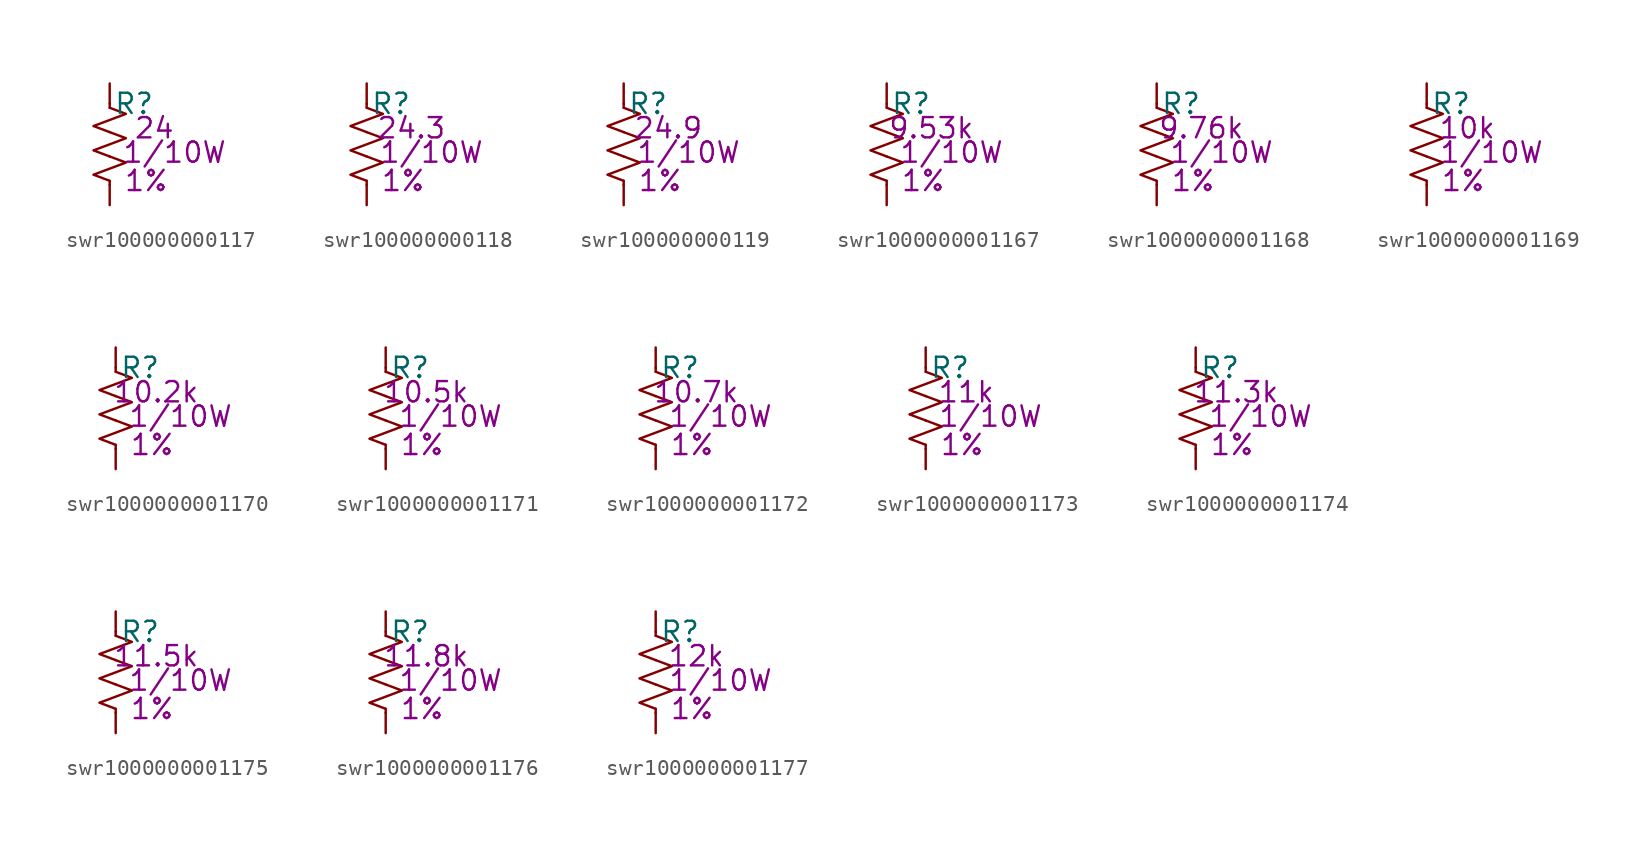
<source format=kicad_sym>
(kicad_symbol_lib
  (version 20211014)
  (generator kicad_symbol_editor)
  (symbol "swr100000000117"
    (pin_numbers hide)
    (pin_names
      (offset 1.016))
    (property "Reference" "R"
      (at 1.524 2.54 0)
      (effects (font (size 1.27 1.27))))
    (property "Tolerance" "1%"
      (at 2.286 -2.286 0)
      (effects (font (size 1.27 1.27))))
    (property "Wattage" "1/10W"
      (at 4.064 -0.508 0)
      (effects (font (size 1.27 1.27))))
    (property "PartValue" "24"
      (at 2.794 1.016 0)
      (effects (font (size 1.27 1.27))))
    (symbol "swr100000000117_1_1"
      (polyline (pts (xy 0 -2.286) (xy 0 -2.54)) (stroke (width 0) (type default) (color 0 0 0 0)) (fill (type none)))
      (polyline (pts (xy 0 2.286) (xy 0 2.54)) (stroke (width 0) (type default) (color 0 0 0 0)) (fill (type none)))
      (polyline (pts (xy 0 -0.762) (xy 1.016 -1.143) (xy 0 -1.524) (xy -1.016 -1.905) (xy 0 -2.286)) (stroke (width 0) (type default) (color 0 0 0 0)) (fill (type none)))
      (polyline (pts (xy 0 0.762) (xy 1.016 0.381) (xy 0 0) (xy -1.016 -0.381) (xy 0 -0.762)) (stroke (width 0) (type default) (color 0 0 0 0)) (fill (type none)))
      (polyline (pts (xy 0 2.286) (xy 1.016 1.905) (xy 0 1.524) (xy -1.016 1.143) (xy 0 0.762)) (stroke (width 0) (type default) (color 0 0 0 0)) (fill (type none)))
      (pin passive line (at 0 3.81 270) (length 1.27) (name "~" (effects (font (size 1.27 1.27)))) (number "1" (effects (font (size 1.27 1.27)))))
      (pin passive line (at 0 -3.81 90) (length 1.27) (name "~" (effects (font (size 1.27 1.27)))) (number "2" (effects (font (size 1.27 1.27)))))))
  (symbol "swr100000000118"
    (pin_numbers hide)
    (pin_names
      (offset 1.016))
    (property "Reference" "R"
      (at 1.524 2.54 0)
      (effects (font (size 1.27 1.27))))
    (property "Tolerance" "1%"
      (at 2.286 -2.286 0)
      (effects (font (size 1.27 1.27))))
    (property "Wattage" "1/10W"
      (at 4.064 -0.508 0)
      (effects (font (size 1.27 1.27))))
    (property "PartValue" "24.3"
      (at 2.794 1.016 0)
      (effects (font (size 1.27 1.27))))
    (symbol "swr100000000118_1_1"
      (polyline (pts (xy 0 -2.286) (xy 0 -2.54)) (stroke (width 0) (type default) (color 0 0 0 0)) (fill (type none)))
      (polyline (pts (xy 0 2.286) (xy 0 2.54)) (stroke (width 0) (type default) (color 0 0 0 0)) (fill (type none)))
      (polyline (pts (xy 0 -0.762) (xy 1.016 -1.143) (xy 0 -1.524) (xy -1.016 -1.905) (xy 0 -2.286)) (stroke (width 0) (type default) (color 0 0 0 0)) (fill (type none)))
      (polyline (pts (xy 0 0.762) (xy 1.016 0.381) (xy 0 0) (xy -1.016 -0.381) (xy 0 -0.762)) (stroke (width 0) (type default) (color 0 0 0 0)) (fill (type none)))
      (polyline (pts (xy 0 2.286) (xy 1.016 1.905) (xy 0 1.524) (xy -1.016 1.143) (xy 0 0.762)) (stroke (width 0) (type default) (color 0 0 0 0)) (fill (type none)))
      (pin passive line (at 0 3.81 270) (length 1.27) (name "~" (effects (font (size 1.27 1.27)))) (number "1" (effects (font (size 1.27 1.27)))))
      (pin passive line (at 0 -3.81 90) (length 1.27) (name "~" (effects (font (size 1.27 1.27)))) (number "2" (effects (font (size 1.27 1.27)))))))
  (symbol "swr100000000119"
    (pin_numbers hide)
    (pin_names
      (offset 1.016))
    (property "Reference" "R"
      (at 1.524 2.54 0)
      (effects (font (size 1.27 1.27))))
    (property "Tolerance" "1%"
      (at 2.286 -2.286 0)
      (effects (font (size 1.27 1.27))))
    (property "Wattage" "1/10W"
      (at 4.064 -0.508 0)
      (effects (font (size 1.27 1.27))))
    (property "PartValue" "24.9"
      (at 2.794 1.016 0)
      (effects (font (size 1.27 1.27))))
    (symbol "swr100000000119_1_1"
      (polyline (pts (xy 0 -2.286) (xy 0 -2.54)) (stroke (width 0) (type default) (color 0 0 0 0)) (fill (type none)))
      (polyline (pts (xy 0 2.286) (xy 0 2.54)) (stroke (width 0) (type default) (color 0 0 0 0)) (fill (type none)))
      (polyline (pts (xy 0 -0.762) (xy 1.016 -1.143) (xy 0 -1.524) (xy -1.016 -1.905) (xy 0 -2.286)) (stroke (width 0) (type default) (color 0 0 0 0)) (fill (type none)))
      (polyline (pts (xy 0 0.762) (xy 1.016 0.381) (xy 0 0) (xy -1.016 -0.381) (xy 0 -0.762)) (stroke (width 0) (type default) (color 0 0 0 0)) (fill (type none)))
      (polyline (pts (xy 0 2.286) (xy 1.016 1.905) (xy 0 1.524) (xy -1.016 1.143) (xy 0 0.762)) (stroke (width 0) (type default) (color 0 0 0 0)) (fill (type none)))
      (pin passive line (at 0 3.81 270) (length 1.27) (name "~" (effects (font (size 1.27 1.27)))) (number "1" (effects (font (size 1.27 1.27)))))
      (pin passive line (at 0 -3.81 90) (length 1.27) (name "~" (effects (font (size 1.27 1.27)))) (number "2" (effects (font (size 1.27 1.27)))))))
  (symbol "swr1000000001167"
    (pin_numbers hide)
    (pin_names
      (offset 1.016))
    (property "Reference" "R"
      (at 1.524 2.54 0)
      (effects (font (size 1.27 1.27))))
    (property "Tolerance" "1%"
      (at 2.286 -2.286 0)
      (effects (font (size 1.27 1.27))))
    (property "Wattage" "1/10W"
      (at 4.064 -0.508 0)
      (effects (font (size 1.27 1.27))))
    (property "PartValue" "9.53k"
      (at 2.794 1.016 0)
      (effects (font (size 1.27 1.27))))
    (symbol "swr1000000001167_1_1"
      (polyline (pts (xy 0 -2.286) (xy 0 -2.54)) (stroke (width 0) (type default) (color 0 0 0 0)) (fill (type none)))
      (polyline (pts (xy 0 2.286) (xy 0 2.54)) (stroke (width 0) (type default) (color 0 0 0 0)) (fill (type none)))
      (polyline (pts (xy 0 -0.762) (xy 1.016 -1.143) (xy 0 -1.524) (xy -1.016 -1.905) (xy 0 -2.286)) (stroke (width 0) (type default) (color 0 0 0 0)) (fill (type none)))
      (polyline (pts (xy 0 0.762) (xy 1.016 0.381) (xy 0 0) (xy -1.016 -0.381) (xy 0 -0.762)) (stroke (width 0) (type default) (color 0 0 0 0)) (fill (type none)))
      (polyline (pts (xy 0 2.286) (xy 1.016 1.905) (xy 0 1.524) (xy -1.016 1.143) (xy 0 0.762)) (stroke (width 0) (type default) (color 0 0 0 0)) (fill (type none)))
      (pin passive line (at 0 3.81 270) (length 1.27) (name "~" (effects (font (size 1.27 1.27)))) (number "1" (effects (font (size 1.27 1.27)))))
      (pin passive line (at 0 -3.81 90) (length 1.27) (name "~" (effects (font (size 1.27 1.27)))) (number "2" (effects (font (size 1.27 1.27)))))))
  (symbol "swr1000000001168"
    (pin_numbers hide)
    (pin_names
      (offset 1.016))
    (property "Reference" "R"
      (at 1.524 2.54 0)
      (effects (font (size 1.27 1.27))))
    (property "Tolerance" "1%"
      (at 2.286 -2.286 0)
      (effects (font (size 1.27 1.27))))
    (property "Wattage" "1/10W"
      (at 4.064 -0.508 0)
      (effects (font (size 1.27 1.27))))
    (property "PartValue" "9.76k"
      (at 2.794 1.016 0)
      (effects (font (size 1.27 1.27))))
    (symbol "swr1000000001168_1_1"
      (polyline (pts (xy 0 -2.286) (xy 0 -2.54)) (stroke (width 0) (type default) (color 0 0 0 0)) (fill (type none)))
      (polyline (pts (xy 0 2.286) (xy 0 2.54)) (stroke (width 0) (type default) (color 0 0 0 0)) (fill (type none)))
      (polyline (pts (xy 0 -0.762) (xy 1.016 -1.143) (xy 0 -1.524) (xy -1.016 -1.905) (xy 0 -2.286)) (stroke (width 0) (type default) (color 0 0 0 0)) (fill (type none)))
      (polyline (pts (xy 0 0.762) (xy 1.016 0.381) (xy 0 0) (xy -1.016 -0.381) (xy 0 -0.762)) (stroke (width 0) (type default) (color 0 0 0 0)) (fill (type none)))
      (polyline (pts (xy 0 2.286) (xy 1.016 1.905) (xy 0 1.524) (xy -1.016 1.143) (xy 0 0.762)) (stroke (width 0) (type default) (color 0 0 0 0)) (fill (type none)))
      (pin passive line (at 0 3.81 270) (length 1.27) (name "~" (effects (font (size 1.27 1.27)))) (number "1" (effects (font (size 1.27 1.27)))))
      (pin passive line (at 0 -3.81 90) (length 1.27) (name "~" (effects (font (size 1.27 1.27)))) (number "2" (effects (font (size 1.27 1.27)))))))
  (symbol "swr1000000001169"
    (pin_numbers hide)
    (pin_names
      (offset 1.016))
    (property "Reference" "R"
      (at 1.524 2.54 0)
      (effects (font (size 1.27 1.27))))
    (property "PartValue" "10k"
      (at 2.54 1.016 0)
      (effects (font (size 1.27 1.27))))
    (property "Tolerance" "1%"
      (at 2.286 -2.286 0)
      (effects (font (size 1.27 1.27))))
    (property "Wattage" "1/10W"
      (at 4.064 -0.508 0)
      (effects (font (size 1.27 1.27))))
    (symbol "swr1000000001169_1_1"
      (polyline (pts (xy 0 -2.286) (xy 0 -2.54)) (stroke (width 0) (type default) (color 0 0 0 0)) (fill (type none)))
      (polyline (pts (xy 0 2.286) (xy 0 2.54)) (stroke (width 0) (type default) (color 0 0 0 0)) (fill (type none)))
      (polyline (pts (xy 0 -0.762) (xy 1.016 -1.143) (xy 0 -1.524) (xy -1.016 -1.905) (xy 0 -2.286)) (stroke (width 0) (type default) (color 0 0 0 0)) (fill (type none)))
      (polyline (pts (xy 0 0.762) (xy 1.016 0.381) (xy 0 0) (xy -1.016 -0.381) (xy 0 -0.762)) (stroke (width 0) (type default) (color 0 0 0 0)) (fill (type none)))
      (polyline (pts (xy 0 2.286) (xy 1.016 1.905) (xy 0 1.524) (xy -1.016 1.143) (xy 0 0.762)) (stroke (width 0) (type default) (color 0 0 0 0)) (fill (type none)))
      (pin passive line (at 0 3.81 270) (length 1.27) (name "~" (effects (font (size 1.27 1.27)))) (number "1" (effects (font (size 1.27 1.27)))))
      (pin passive line (at 0 -3.81 90) (length 1.27) (name "~" (effects (font (size 1.27 1.27)))) (number "2" (effects (font (size 1.27 1.27)))))))
  (symbol "swr1000000001170"
    (pin_numbers hide)
    (pin_names
      (offset 1.016))
    (property "Reference" "R"
      (at 1.524 2.54 0)
      (effects (font (size 1.27 1.27))))
    (property "PartValue" "10.2k"
      (at 2.54 1.016 0)
      (effects (font (size 1.27 1.27))))
    (property "Tolerance" "1%"
      (at 2.286 -2.286 0)
      (effects (font (size 1.27 1.27))))
    (property "Wattage" "1/10W"
      (at 4.064 -0.508 0)
      (effects (font (size 1.27 1.27))))
    (symbol "swr1000000001170_1_1"
      (polyline (pts (xy 0 -2.286) (xy 0 -2.54)) (stroke (width 0) (type default) (color 0 0 0 0)) (fill (type none)))
      (polyline (pts (xy 0 2.286) (xy 0 2.54)) (stroke (width 0) (type default) (color 0 0 0 0)) (fill (type none)))
      (polyline (pts (xy 0 -0.762) (xy 1.016 -1.143) (xy 0 -1.524) (xy -1.016 -1.905) (xy 0 -2.286)) (stroke (width 0) (type default) (color 0 0 0 0)) (fill (type none)))
      (polyline (pts (xy 0 0.762) (xy 1.016 0.381) (xy 0 0) (xy -1.016 -0.381) (xy 0 -0.762)) (stroke (width 0) (type default) (color 0 0 0 0)) (fill (type none)))
      (polyline (pts (xy 0 2.286) (xy 1.016 1.905) (xy 0 1.524) (xy -1.016 1.143) (xy 0 0.762)) (stroke (width 0) (type default) (color 0 0 0 0)) (fill (type none)))
      (pin passive line (at 0 3.81 270) (length 1.27) (name "~" (effects (font (size 1.27 1.27)))) (number "1" (effects (font (size 1.27 1.27)))))
      (pin passive line (at 0 -3.81 90) (length 1.27) (name "~" (effects (font (size 1.27 1.27)))) (number "2" (effects (font (size 1.27 1.27)))))))
  (symbol "swr1000000001171"
    (pin_numbers hide)
    (pin_names
      (offset 1.016))
    (property "Reference" "R"
      (at 1.524 2.54 0)
      (effects (font (size 1.27 1.27))))
    (property "PartValue" "10.5k"
      (at 2.54 1.016 0)
      (effects (font (size 1.27 1.27))))
    (property "Tolerance" "1%"
      (at 2.286 -2.286 0)
      (effects (font (size 1.27 1.27))))
    (property "Wattage" "1/10W"
      (at 4.064 -0.508 0)
      (effects (font (size 1.27 1.27))))
    (symbol "swr1000000001171_1_1"
      (polyline (pts (xy 0 -2.286) (xy 0 -2.54)) (stroke (width 0) (type default) (color 0 0 0 0)) (fill (type none)))
      (polyline (pts (xy 0 2.286) (xy 0 2.54)) (stroke (width 0) (type default) (color 0 0 0 0)) (fill (type none)))
      (polyline (pts (xy 0 -0.762) (xy 1.016 -1.143) (xy 0 -1.524) (xy -1.016 -1.905) (xy 0 -2.286)) (stroke (width 0) (type default) (color 0 0 0 0)) (fill (type none)))
      (polyline (pts (xy 0 0.762) (xy 1.016 0.381) (xy 0 0) (xy -1.016 -0.381) (xy 0 -0.762)) (stroke (width 0) (type default) (color 0 0 0 0)) (fill (type none)))
      (polyline (pts (xy 0 2.286) (xy 1.016 1.905) (xy 0 1.524) (xy -1.016 1.143) (xy 0 0.762)) (stroke (width 0) (type default) (color 0 0 0 0)) (fill (type none)))
      (pin passive line (at 0 3.81 270) (length 1.27) (name "~" (effects (font (size 1.27 1.27)))) (number "1" (effects (font (size 1.27 1.27)))))
      (pin passive line (at 0 -3.81 90) (length 1.27) (name "~" (effects (font (size 1.27 1.27)))) (number "2" (effects (font (size 1.27 1.27)))))))
  (symbol "swr1000000001172"
    (pin_numbers hide)
    (pin_names
      (offset 1.016))
    (property "Reference" "R"
      (at 1.524 2.54 0)
      (effects (font (size 1.27 1.27))))
    (property "PartValue" "10.7k"
      (at 2.54 1.016 0)
      (effects (font (size 1.27 1.27))))
    (property "Tolerance" "1%"
      (at 2.286 -2.286 0)
      (effects (font (size 1.27 1.27))))
    (property "Wattage" "1/10W"
      (at 4.064 -0.508 0)
      (effects (font (size 1.27 1.27))))
    (symbol "swr1000000001172_1_1"
      (polyline (pts (xy 0 -2.286) (xy 0 -2.54)) (stroke (width 0) (type default) (color 0 0 0 0)) (fill (type none)))
      (polyline (pts (xy 0 2.286) (xy 0 2.54)) (stroke (width 0) (type default) (color 0 0 0 0)) (fill (type none)))
      (polyline (pts (xy 0 -0.762) (xy 1.016 -1.143) (xy 0 -1.524) (xy -1.016 -1.905) (xy 0 -2.286)) (stroke (width 0) (type default) (color 0 0 0 0)) (fill (type none)))
      (polyline (pts (xy 0 0.762) (xy 1.016 0.381) (xy 0 0) (xy -1.016 -0.381) (xy 0 -0.762)) (stroke (width 0) (type default) (color 0 0 0 0)) (fill (type none)))
      (polyline (pts (xy 0 2.286) (xy 1.016 1.905) (xy 0 1.524) (xy -1.016 1.143) (xy 0 0.762)) (stroke (width 0) (type default) (color 0 0 0 0)) (fill (type none)))
      (pin passive line (at 0 3.81 270) (length 1.27) (name "~" (effects (font (size 1.27 1.27)))) (number "1" (effects (font (size 1.27 1.27)))))
      (pin passive line (at 0 -3.81 90) (length 1.27) (name "~" (effects (font (size 1.27 1.27)))) (number "2" (effects (font (size 1.27 1.27)))))))
  (symbol "swr1000000001173"
    (pin_numbers hide)
    (pin_names
      (offset 1.016))
    (property "Reference" "R"
      (at 1.524 2.54 0)
      (effects (font (size 1.27 1.27))))
    (property "PartValue" "11k"
      (at 2.54 1.016 0)
      (effects (font (size 1.27 1.27))))
    (property "Tolerance" "1%"
      (at 2.286 -2.286 0)
      (effects (font (size 1.27 1.27))))
    (property "Wattage" "1/10W"
      (at 4.064 -0.508 0)
      (effects (font (size 1.27 1.27))))
    (symbol "swr1000000001173_1_1"
      (polyline (pts (xy 0 -2.286) (xy 0 -2.54)) (stroke (width 0) (type default) (color 0 0 0 0)) (fill (type none)))
      (polyline (pts (xy 0 2.286) (xy 0 2.54)) (stroke (width 0) (type default) (color 0 0 0 0)) (fill (type none)))
      (polyline (pts (xy 0 -0.762) (xy 1.016 -1.143) (xy 0 -1.524) (xy -1.016 -1.905) (xy 0 -2.286)) (stroke (width 0) (type default) (color 0 0 0 0)) (fill (type none)))
      (polyline (pts (xy 0 0.762) (xy 1.016 0.381) (xy 0 0) (xy -1.016 -0.381) (xy 0 -0.762)) (stroke (width 0) (type default) (color 0 0 0 0)) (fill (type none)))
      (polyline (pts (xy 0 2.286) (xy 1.016 1.905) (xy 0 1.524) (xy -1.016 1.143) (xy 0 0.762)) (stroke (width 0) (type default) (color 0 0 0 0)) (fill (type none)))
      (pin passive line (at 0 3.81 270) (length 1.27) (name "~" (effects (font (size 1.27 1.27)))) (number "1" (effects (font (size 1.27 1.27)))))
      (pin passive line (at 0 -3.81 90) (length 1.27) (name "~" (effects (font (size 1.27 1.27)))) (number "2" (effects (font (size 1.27 1.27)))))))
  (symbol "swr1000000001174"
    (pin_numbers hide)
    (pin_names
      (offset 1.016))
    (property "Reference" "R"
      (at 1.524 2.54 0)
      (effects (font (size 1.27 1.27))))
    (property "PartValue" "11.3k"
      (at 2.54 1.016 0)
      (effects (font (size 1.27 1.27))))
    (property "Tolerance" "1%"
      (at 2.286 -2.286 0)
      (effects (font (size 1.27 1.27))))
    (property "Wattage" "1/10W"
      (at 4.064 -0.508 0)
      (effects (font (size 1.27 1.27))))
    (symbol "swr1000000001174_1_1"
      (polyline (pts (xy 0 -2.286) (xy 0 -2.54)) (stroke (width 0) (type default) (color 0 0 0 0)) (fill (type none)))
      (polyline (pts (xy 0 2.286) (xy 0 2.54)) (stroke (width 0) (type default) (color 0 0 0 0)) (fill (type none)))
      (polyline (pts (xy 0 -0.762) (xy 1.016 -1.143) (xy 0 -1.524) (xy -1.016 -1.905) (xy 0 -2.286)) (stroke (width 0) (type default) (color 0 0 0 0)) (fill (type none)))
      (polyline (pts (xy 0 0.762) (xy 1.016 0.381) (xy 0 0) (xy -1.016 -0.381) (xy 0 -0.762)) (stroke (width 0) (type default) (color 0 0 0 0)) (fill (type none)))
      (polyline (pts (xy 0 2.286) (xy 1.016 1.905) (xy 0 1.524) (xy -1.016 1.143) (xy 0 0.762)) (stroke (width 0) (type default) (color 0 0 0 0)) (fill (type none)))
      (pin passive line (at 0 3.81 270) (length 1.27) (name "~" (effects (font (size 1.27 1.27)))) (number "1" (effects (font (size 1.27 1.27)))))
      (pin passive line (at 0 -3.81 90) (length 1.27) (name "~" (effects (font (size 1.27 1.27)))) (number "2" (effects (font (size 1.27 1.27)))))))
  (symbol "swr1000000001175"
    (pin_numbers hide)
    (pin_names
      (offset 1.016))
    (property "Reference" "R"
      (at 1.524 2.54 0)
      (effects (font (size 1.27 1.27))))
    (property "PartValue" "11.5k"
      (at 2.54 1.016 0)
      (effects (font (size 1.27 1.27))))
    (property "Tolerance" "1%"
      (at 2.286 -2.286 0)
      (effects (font (size 1.27 1.27))))
    (property "Wattage" "1/10W"
      (at 4.064 -0.508 0)
      (effects (font (size 1.27 1.27))))
    (symbol "swr1000000001175_1_1"
      (polyline (pts (xy 0 -2.286) (xy 0 -2.54)) (stroke (width 0) (type default) (color 0 0 0 0)) (fill (type none)))
      (polyline (pts (xy 0 2.286) (xy 0 2.54)) (stroke (width 0) (type default) (color 0 0 0 0)) (fill (type none)))
      (polyline (pts (xy 0 -0.762) (xy 1.016 -1.143) (xy 0 -1.524) (xy -1.016 -1.905) (xy 0 -2.286)) (stroke (width 0) (type default) (color 0 0 0 0)) (fill (type none)))
      (polyline (pts (xy 0 0.762) (xy 1.016 0.381) (xy 0 0) (xy -1.016 -0.381) (xy 0 -0.762)) (stroke (width 0) (type default) (color 0 0 0 0)) (fill (type none)))
      (polyline (pts (xy 0 2.286) (xy 1.016 1.905) (xy 0 1.524) (xy -1.016 1.143) (xy 0 0.762)) (stroke (width 0) (type default) (color 0 0 0 0)) (fill (type none)))
      (pin passive line (at 0 3.81 270) (length 1.27) (name "~" (effects (font (size 1.27 1.27)))) (number "1" (effects (font (size 1.27 1.27)))))
      (pin passive line (at 0 -3.81 90) (length 1.27) (name "~" (effects (font (size 1.27 1.27)))) (number "2" (effects (font (size 1.27 1.27)))))))
  (symbol "swr1000000001176"
    (pin_numbers hide)
    (pin_names
      (offset 1.016))
    (property "Reference" "R"
      (at 1.524 2.54 0)
      (effects (font (size 1.27 1.27))))
    (property "PartValue" "11.8k"
      (at 2.54 1.016 0)
      (effects (font (size 1.27 1.27))))
    (property "Tolerance" "1%"
      (at 2.286 -2.286 0)
      (effects (font (size 1.27 1.27))))
    (property "Wattage" "1/10W"
      (at 4.064 -0.508 0)
      (effects (font (size 1.27 1.27))))
    (symbol "swr1000000001176_1_1"
      (polyline (pts (xy 0 -2.286) (xy 0 -2.54)) (stroke (width 0) (type default) (color 0 0 0 0)) (fill (type none)))
      (polyline (pts (xy 0 2.286) (xy 0 2.54)) (stroke (width 0) (type default) (color 0 0 0 0)) (fill (type none)))
      (polyline (pts (xy 0 -0.762) (xy 1.016 -1.143) (xy 0 -1.524) (xy -1.016 -1.905) (xy 0 -2.286)) (stroke (width 0) (type default) (color 0 0 0 0)) (fill (type none)))
      (polyline (pts (xy 0 0.762) (xy 1.016 0.381) (xy 0 0) (xy -1.016 -0.381) (xy 0 -0.762)) (stroke (width 0) (type default) (color 0 0 0 0)) (fill (type none)))
      (polyline (pts (xy 0 2.286) (xy 1.016 1.905) (xy 0 1.524) (xy -1.016 1.143) (xy 0 0.762)) (stroke (width 0) (type default) (color 0 0 0 0)) (fill (type none)))
      (pin passive line (at 0 3.81 270) (length 1.27) (name "~" (effects (font (size 1.27 1.27)))) (number "1" (effects (font (size 1.27 1.27)))))
      (pin passive line (at 0 -3.81 90) (length 1.27) (name "~" (effects (font (size 1.27 1.27)))) (number "2" (effects (font (size 1.27 1.27)))))))
  (symbol "swr1000000001177"
    (pin_numbers hide)
    (pin_names
      (offset 1.016))
    (property "Reference" "R"
      (at 1.524 2.54 0)
      (effects (font (size 1.27 1.27))))
    (property "PartValue" "12k"
      (at 2.54 1.016 0)
      (effects (font (size 1.27 1.27))))
    (property "Tolerance" "1%"
      (at 2.286 -2.286 0)
      (effects (font (size 1.27 1.27))))
    (property "Wattage" "1/10W"
      (at 4.064 -0.508 0)
      (effects (font (size 1.27 1.27))))
    (symbol "swr1000000001177_1_1"
      (polyline (pts (xy 0 -2.286) (xy 0 -2.54)) (stroke (width 0) (type default) (color 0 0 0 0)) (fill (type none)))
      (polyline (pts (xy 0 2.286) (xy 0 2.54)) (stroke (width 0) (type default) (color 0 0 0 0)) (fill (type none)))
      (polyline (pts (xy 0 -0.762) (xy 1.016 -1.143) (xy 0 -1.524) (xy -1.016 -1.905) (xy 0 -2.286)) (stroke (width 0) (type default) (color 0 0 0 0)) (fill (type none)))
      (polyline (pts (xy 0 0.762) (xy 1.016 0.381) (xy 0 0) (xy -1.016 -0.381) (xy 0 -0.762)) (stroke (width 0) (type default) (color 0 0 0 0)) (fill (type none)))
      (polyline (pts (xy 0 2.286) (xy 1.016 1.905) (xy 0 1.524) (xy -1.016 1.143) (xy 0 0.762)) (stroke (width 0) (type default) (color 0 0 0 0)) (fill (type none)))
      (pin passive line (at 0 3.81 270) (length 1.27) (name "~" (effects (font (size 1.27 1.27)))) (number "1" (effects (font (size 1.27 1.27)))))
      (pin passive line (at 0 -3.81 90) (length 1.27) (name "~" (effects (font (size 1.27 1.27)))) (number "2" (effects (font (size 1.27 1.27))))))))
</source>
